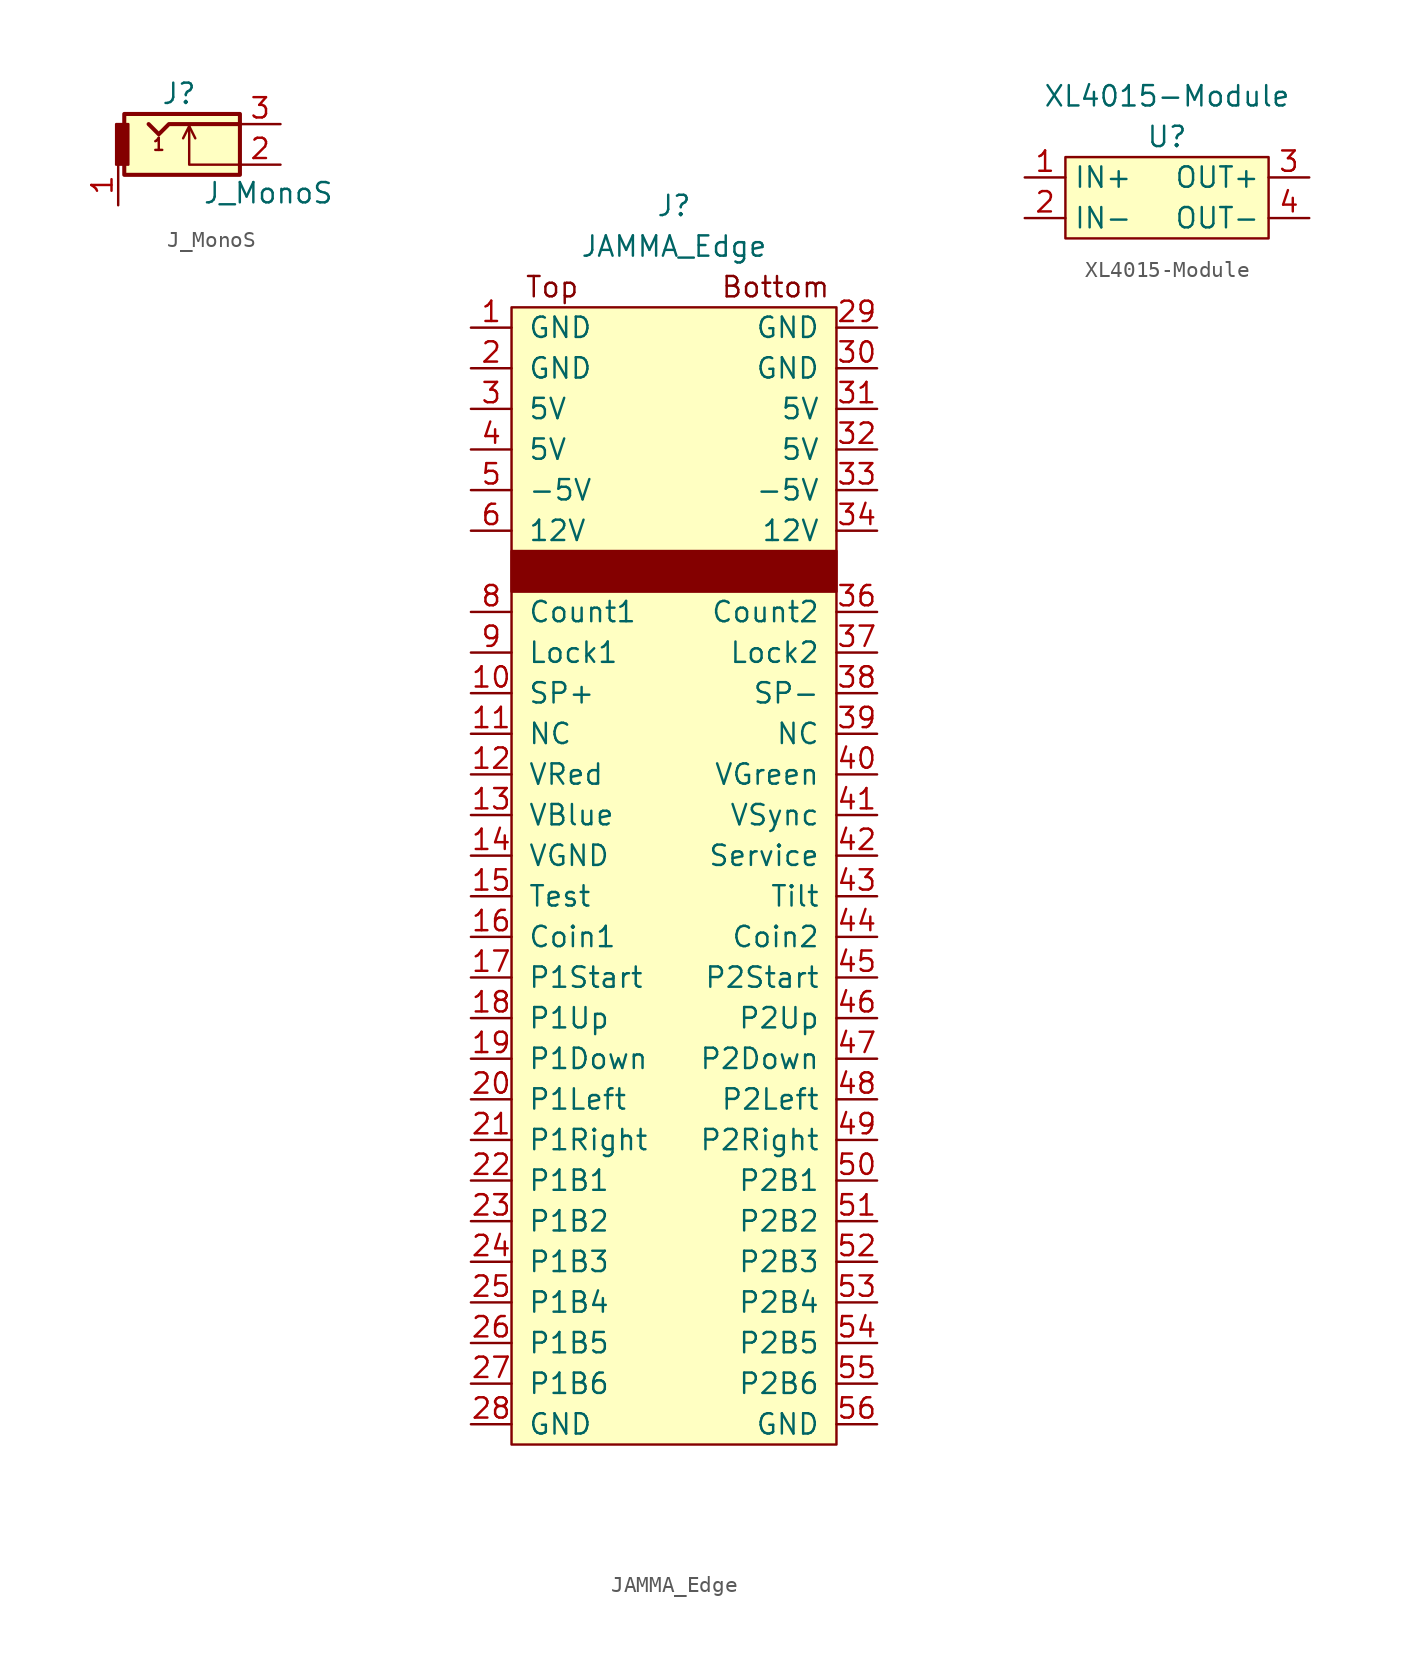
<source format=kicad_sym>
(kicad_symbol_lib
  (version 20211014)
  (generator kicad_symbol_editor)
  (symbol "J_MonoS"
    (pin_names
      (offset 1.016))
    (property "Reference" "J"
      (at -1.27 4.445 0)
      (effects (font (size 1.27 1.27))))
    (property "Value" "J_MonoS"
      (at 4.318 -1.778 0)
      (effects (font (size 1.27 1.27))))
    (symbol "J_MonoS_0_0"
      (text "1" (at -2.54 1.27 0) (effects (font (size 0.762 0.762)))))
    (symbol "J_MonoS_0_1"
      (rectangle (start -4.699 3.175) (end 2.54 -0.635) (stroke (width 0.254) (type default) (color 0 0 0 0)) (fill (type background)))
      (rectangle (start -4.445 0) (end -5.207 2.54) (stroke (width 0) (type default) (color 0 0 0 0)) (fill (type outline)))
      (polyline (pts (xy -0.635 2.413) (xy -0.254 1.651)) (stroke (width 0) (type default) (color 0 0 0 0)) (fill (type none)))
      (polyline (pts (xy 2.54 0) (xy -0.635 0) (xy -0.635 2.413) (xy -1.016 1.651)) (stroke (width 0) (type default) (color 0 0 0 0)) (fill (type none)))
      (polyline (pts (xy 2.54 2.54) (xy -1.905 2.54) (xy -2.54 1.905) (xy -3.175 2.54)) (stroke (width 0.254) (type default) (color 0 0 0 0)) (fill (type none))))
    (symbol "J_MonoS_1_1"
      (pin passive line (at -5.08 -2.54 90) (length 2.54) (name "~" (effects (font (size 1.27 1.27)))) (number "1" (effects (font (size 1.27 1.27)))))
      (pin passive line (at 5.08 0 180) (length 2.54) (name "~" (effects (font (size 1.27 1.27)))) (number "2" (effects (font (size 1.27 1.27)))))
      (pin passive line (at 5.08 2.54 180) (length 2.54) (name "~" (effects (font (size 1.27 1.27)))) (number "3" (effects (font (size 1.27 1.27)))))))
  (symbol "JAMMA_Edge"
    (pin_names
      (offset 1.016))
    (property "Reference" "J"
      (at 0 41.91 0)
      (effects (font (size 1.27 1.27))))
    (property "Value" "JAMMA_Edge"
      (at 0 39.37 0)
      (effects (font (size 1.27 1.27))))
    (symbol "JAMMA_Edge_0_0"
      (text "Bottom" (at 6.35 36.83 0) (effects (font (size 1.27 1.27))))
      (text "Top" (at -7.62 36.83 0) (effects (font (size 1.27 1.27)))))
    (symbol "JAMMA_Edge_0_1"
      (rectangle (start -10.16 20.32) (end 10.16 17.78) (stroke (width 0) (type default) (color 0 0 0 0)) (fill (type outline)))
      (rectangle (start -10.16 35.56) (end 10.16 -35.56) (stroke (width 0) (type default) (color 0 0 0 0)) (fill (type background))))
    (symbol "JAMMA_Edge_1_1"
      (pin input line (at -12.7 34.29 0) (length 2.54) (name "GND" (effects (font (size 1.27 1.27)))) (number "1" (effects (font (size 1.27 1.27)))))
      (pin input line (at -12.7 11.43 0) (length 2.54) (name "SP+" (effects (font (size 1.27 1.27)))) (number "10" (effects (font (size 1.27 1.27)))))
      (pin input line (at -12.7 8.89 0) (length 2.54) (name "NC" (effects (font (size 1.27 1.27)))) (number "11" (effects (font (size 1.27 1.27)))))
      (pin input line (at -12.7 6.35 0) (length 2.54) (name "VRed" (effects (font (size 1.27 1.27)))) (number "12" (effects (font (size 1.27 1.27)))))
      (pin input line (at -12.7 3.81 0) (length 2.54) (name "VBlue" (effects (font (size 1.27 1.27)))) (number "13" (effects (font (size 1.27 1.27)))))
      (pin input line (at -12.7 1.27 0) (length 2.54) (name "VGND" (effects (font (size 1.27 1.27)))) (number "14" (effects (font (size 1.27 1.27)))))
      (pin input line (at -12.7 -1.27 0) (length 2.54) (name "Test" (effects (font (size 1.27 1.27)))) (number "15" (effects (font (size 1.27 1.27)))))
      (pin input line (at -12.7 -3.81 0) (length 2.54) (name "Coin1" (effects (font (size 1.27 1.27)))) (number "16" (effects (font (size 1.27 1.27)))))
      (pin input line (at -12.7 -6.35 0) (length 2.54) (name "P1Start" (effects (font (size 1.27 1.27)))) (number "17" (effects (font (size 1.27 1.27)))))
      (pin input line (at -12.7 -8.89 0) (length 2.54) (name "P1Up" (effects (font (size 1.27 1.27)))) (number "18" (effects (font (size 1.27 1.27)))))
      (pin input line (at -12.7 -11.43 0) (length 2.54) (name "P1Down" (effects (font (size 1.27 1.27)))) (number "19" (effects (font (size 1.27 1.27)))))
      (pin input line (at -12.7 31.75 0) (length 2.54) (name "GND" (effects (font (size 1.27 1.27)))) (number "2" (effects (font (size 1.27 1.27)))))
      (pin input line (at -12.7 -13.97 0) (length 2.54) (name "P1Left" (effects (font (size 1.27 1.27)))) (number "20" (effects (font (size 1.27 1.27)))))
      (pin input line (at -12.7 -16.51 0) (length 2.54) (name "P1Right" (effects (font (size 1.27 1.27)))) (number "21" (effects (font (size 1.27 1.27)))))
      (pin input line (at -12.7 -19.05 0) (length 2.54) (name "P1B1" (effects (font (size 1.27 1.27)))) (number "22" (effects (font (size 1.27 1.27)))))
      (pin input line (at -12.7 -21.59 0) (length 2.54) (name "P1B2" (effects (font (size 1.27 1.27)))) (number "23" (effects (font (size 1.27 1.27)))))
      (pin input line (at -12.7 -24.13 0) (length 2.54) (name "P1B3" (effects (font (size 1.27 1.27)))) (number "24" (effects (font (size 1.27 1.27)))))
      (pin input line (at -12.7 -26.67 0) (length 2.54) (name "P1B4" (effects (font (size 1.27 1.27)))) (number "25" (effects (font (size 1.27 1.27)))))
      (pin input line (at -12.7 -29.21 0) (length 2.54) (name "P1B5" (effects (font (size 1.27 1.27)))) (number "26" (effects (font (size 1.27 1.27)))))
      (pin input line (at -12.7 -31.75 0) (length 2.54) (name "P1B6" (effects (font (size 1.27 1.27)))) (number "27" (effects (font (size 1.27 1.27)))))
      (pin input line (at -12.7 -34.29 0) (length 2.54) (name "GND" (effects (font (size 1.27 1.27)))) (number "28" (effects (font (size 1.27 1.27)))))
      (pin input line (at 12.7 34.29 180) (length 2.54) (name "GND" (effects (font (size 1.27 1.27)))) (number "29" (effects (font (size 1.27 1.27)))))
      (pin input line (at -12.7 29.21 0) (length 2.54) (name "5V" (effects (font (size 1.27 1.27)))) (number "3" (effects (font (size 1.27 1.27)))))
      (pin input line (at 12.7 31.75 180) (length 2.54) (name "GND" (effects (font (size 1.27 1.27)))) (number "30" (effects (font (size 1.27 1.27)))))
      (pin input line (at 12.7 29.21 180) (length 2.54) (name "5V" (effects (font (size 1.27 1.27)))) (number "31" (effects (font (size 1.27 1.27)))))
      (pin input line (at 12.7 26.67 180) (length 2.54) (name "5V" (effects (font (size 1.27 1.27)))) (number "32" (effects (font (size 1.27 1.27)))))
      (pin input line (at 12.7 24.13 180) (length 2.54) (name "-5V" (effects (font (size 1.27 1.27)))) (number "33" (effects (font (size 1.27 1.27)))))
      (pin input line (at 12.7 21.59 180) (length 2.54) (name "12V" (effects (font (size 1.27 1.27)))) (number "34" (effects (font (size 1.27 1.27)))))
      (pin input line (at 12.7 16.51 180) (length 2.54) (name "Count2" (effects (font (size 1.27 1.27)))) (number "36" (effects (font (size 1.27 1.27)))))
      (pin input line (at 12.7 13.97 180) (length 2.54) (name "Lock2" (effects (font (size 1.27 1.27)))) (number "37" (effects (font (size 1.27 1.27)))))
      (pin input line (at 12.7 11.43 180) (length 2.54) (name "SP-" (effects (font (size 1.27 1.27)))) (number "38" (effects (font (size 1.27 1.27)))))
      (pin input line (at 12.7 8.89 180) (length 2.54) (name "NC" (effects (font (size 1.27 1.27)))) (number "39" (effects (font (size 1.27 1.27)))))
      (pin input line (at -12.7 26.67 0) (length 2.54) (name "5V" (effects (font (size 1.27 1.27)))) (number "4" (effects (font (size 1.27 1.27)))))
      (pin input line (at 12.7 6.35 180) (length 2.54) (name "VGreen" (effects (font (size 1.27 1.27)))) (number "40" (effects (font (size 1.27 1.27)))))
      (pin input line (at 12.7 3.81 180) (length 2.54) (name "VSync" (effects (font (size 1.27 1.27)))) (number "41" (effects (font (size 1.27 1.27)))))
      (pin input line (at 12.7 1.27 180) (length 2.54) (name "Service" (effects (font (size 1.27 1.27)))) (number "42" (effects (font (size 1.27 1.27)))))
      (pin input line (at 12.7 -1.27 180) (length 2.54) (name "Tilt" (effects (font (size 1.27 1.27)))) (number "43" (effects (font (size 1.27 1.27)))))
      (pin input line (at 12.7 -3.81 180) (length 2.54) (name "Coin2" (effects (font (size 1.27 1.27)))) (number "44" (effects (font (size 1.27 1.27)))))
      (pin input line (at 12.7 -6.35 180) (length 2.54) (name "P2Start" (effects (font (size 1.27 1.27)))) (number "45" (effects (font (size 1.27 1.27)))))
      (pin input line (at 12.7 -8.89 180) (length 2.54) (name "P2Up" (effects (font (size 1.27 1.27)))) (number "46" (effects (font (size 1.27 1.27)))))
      (pin input line (at 12.7 -11.43 180) (length 2.54) (name "P2Down" (effects (font (size 1.27 1.27)))) (number "47" (effects (font (size 1.27 1.27)))))
      (pin input line (at 12.7 -13.97 180) (length 2.54) (name "P2Left" (effects (font (size 1.27 1.27)))) (number "48" (effects (font (size 1.27 1.27)))))
      (pin input line (at 12.7 -16.51 180) (length 2.54) (name "P2Right" (effects (font (size 1.27 1.27)))) (number "49" (effects (font (size 1.27 1.27)))))
      (pin input line (at -12.7 24.13 0) (length 2.54) (name "-5V" (effects (font (size 1.27 1.27)))) (number "5" (effects (font (size 1.27 1.27)))))
      (pin input line (at 12.7 -19.05 180) (length 2.54) (name "P2B1" (effects (font (size 1.27 1.27)))) (number "50" (effects (font (size 1.27 1.27)))))
      (pin input line (at 12.7 -21.59 180) (length 2.54) (name "P2B2" (effects (font (size 1.27 1.27)))) (number "51" (effects (font (size 1.27 1.27)))))
      (pin input line (at 12.7 -24.13 180) (length 2.54) (name "P2B3" (effects (font (size 1.27 1.27)))) (number "52" (effects (font (size 1.27 1.27)))))
      (pin input line (at 12.7 -26.67 180) (length 2.54) (name "P2B4" (effects (font (size 1.27 1.27)))) (number "53" (effects (font (size 1.27 1.27)))))
      (pin input line (at 12.7 -29.21 180) (length 2.54) (name "P2B5" (effects (font (size 1.27 1.27)))) (number "54" (effects (font (size 1.27 1.27)))))
      (pin input line (at 12.7 -31.75 180) (length 2.54) (name "P2B6" (effects (font (size 1.27 1.27)))) (number "55" (effects (font (size 1.27 1.27)))))
      (pin input line (at 12.7 -34.29 180) (length 2.54) (name "GND" (effects (font (size 1.27 1.27)))) (number "56" (effects (font (size 1.27 1.27)))))
      (pin input line (at -12.7 21.59 0) (length 2.54) (name "12V" (effects (font (size 1.27 1.27)))) (number "6" (effects (font (size 1.27 1.27)))))
      (pin input line (at -12.7 16.51 0) (length 2.54) (name "Count1" (effects (font (size 1.27 1.27)))) (number "8" (effects (font (size 1.27 1.27)))))
      (pin input line (at -12.7 13.97 0) (length 2.54) (name "Lock1" (effects (font (size 1.27 1.27)))) (number "9" (effects (font (size 1.27 1.27)))))))
  (symbol "XL4015-Module"
    (property "Reference" "U"
      (at 0 3.81 0)
      (effects (font (size 1.27 1.27))))
    (property "Value" "XL4015-Module"
      (at 0 6.35 0)
      (effects (font (size 1.27 1.27))))
    (symbol "XL4015-Module_0_1"
      (rectangle (start -6.35 2.54) (end 6.35 -2.54) (stroke (width 0) (type default) (color 0 0 0 0)) (fill (type background))))
    (symbol "XL4015-Module_1_1"
      (pin power_in line (at -8.89 1.27 0) (length 2.54) (name "IN+" (effects (font (size 1.27 1.27)))) (number "1" (effects (font (size 1.27 1.27)))))
      (pin power_in line (at -8.89 -1.27 0) (length 2.54) (name "IN-" (effects (font (size 1.27 1.27)))) (number "2" (effects (font (size 1.27 1.27)))))
      (pin power_out line (at 8.89 1.27 180) (length 2.54) (name "OUT+" (effects (font (size 1.27 1.27)))) (number "3" (effects (font (size 1.27 1.27)))))
      (pin power_out line (at 8.89 -1.27 180) (length 2.54) (name "OUT-" (effects (font (size 1.27 1.27)))) (number "4" (effects (font (size 1.27 1.27))))))))
</source>
